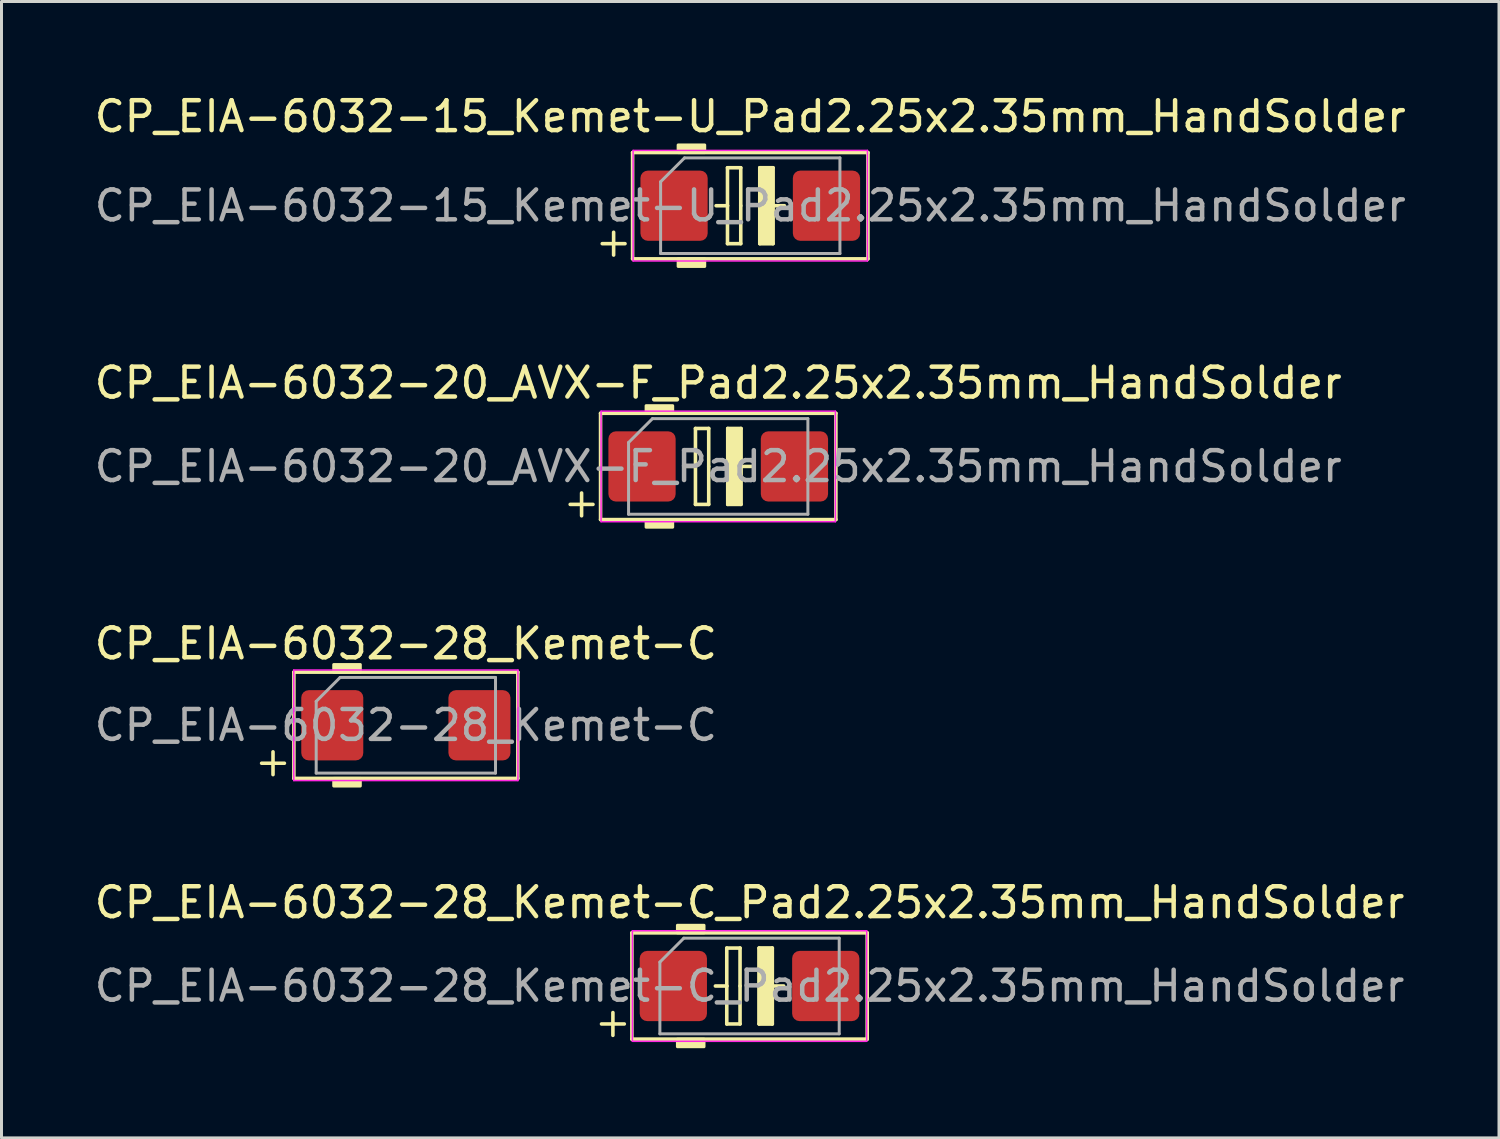
<source format=kicad_pcb>
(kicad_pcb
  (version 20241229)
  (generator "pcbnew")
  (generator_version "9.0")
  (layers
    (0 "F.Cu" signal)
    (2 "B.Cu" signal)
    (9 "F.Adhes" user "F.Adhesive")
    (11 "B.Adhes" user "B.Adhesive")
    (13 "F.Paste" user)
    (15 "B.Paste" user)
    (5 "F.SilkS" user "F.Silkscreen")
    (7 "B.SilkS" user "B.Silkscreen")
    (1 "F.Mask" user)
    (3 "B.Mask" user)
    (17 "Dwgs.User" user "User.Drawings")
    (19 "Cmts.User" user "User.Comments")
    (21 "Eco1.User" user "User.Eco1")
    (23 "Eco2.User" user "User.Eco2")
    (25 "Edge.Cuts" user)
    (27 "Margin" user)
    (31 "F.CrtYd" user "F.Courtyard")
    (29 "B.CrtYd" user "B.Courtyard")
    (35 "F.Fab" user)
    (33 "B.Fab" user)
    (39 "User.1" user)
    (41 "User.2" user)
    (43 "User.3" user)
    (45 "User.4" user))
  (footprint "CP_EIA-6032-20_AVX-F_Pad2.25x2.35mm_HandSolder"
    (layer "F.Cu")
    (at 20.982 12.557)
    (property "Reference" "CP_EIA-6032-20_AVX-F_Pad2.25x2.35mm_HandSolder" (at 0 -2.794 0) (layer "F.SilkS") (effects (font (size 1 1) (thickness 0.15))))
    (attr smd)
    (fp_line (start -4.953 1.27) (end -4.191 1.27) (stroke (width 0.12) (type solid)) (layer "F.SilkS"))
    (fp_line (start -4.572 0.889) (end -4.572 1.651) (stroke (width 0.12) (type solid)) (layer "F.SilkS"))
    (fp_line (start -3.937 -1.778) (end -3.937 1.778) (stroke (width 0.12) (type solid)) (layer "F.SilkS"))
    (fp_line (start -3.937 1.778) (end 3.937 1.778) (stroke (width 0.12) (type solid)) (layer "F.SilkS"))
    (fp_line (start -0.762 -1.27) (end -0.762 0) (stroke (width 0.12) (type solid)) (layer "F.SilkS"))
    (fp_line (start -0.762 0) (end -1.143 0) (stroke (width 0.12) (type solid)) (layer "F.SilkS"))
    (fp_line (start -0.762 1.27) (end -0.762 0) (stroke (width 0.12) (type solid)) (layer "F.SilkS"))
    (fp_line (start -0.318 -1.27) (end -0.762 -1.27) (stroke (width 0.12) (type solid)) (layer "F.SilkS"))
    (fp_line (start -0.318 -1.27) (end -0.318 0) (stroke (width 0.12) (type solid)) (layer "F.SilkS"))
    (fp_line (start -0.318 1.27) (end -0.762 1.27) (stroke (width 0.12) (type solid)) (layer "F.SilkS"))
    (fp_line (start -0.318 1.27) (end -0.318 0) (stroke (width 0.12) (type solid)) (layer "F.SilkS"))
    (fp_line (start 0.318 -1.27) (end 0.318 0) (stroke (width 0.12) (type solid)) (layer "F.SilkS"))
    (fp_line (start 0.318 1.27) (end 0.318 0) (stroke (width 0.12) (type solid)) (layer "F.SilkS"))
    (fp_line (start 0.762 -1.27) (end 0.318 -1.27) (stroke (width 0.12) (type solid)) (layer "F.SilkS"))
    (fp_line (start 0.762 -1.27) (end 0.762 0) (stroke (width 0.12) (type solid)) (layer "F.SilkS"))
    (fp_line (start 0.762 0) (end 1.143 0) (stroke (width 0.12) (type solid)) (layer "F.SilkS"))
    (fp_line (start 0.762 1.27) (end 0.318 1.27) (stroke (width 0.12) (type solid)) (layer "F.SilkS"))
    (fp_line (start 0.762 1.27) (end 0.762 0) (stroke (width 0.12) (type solid)) (layer "F.SilkS"))
    (fp_line (start 3.937 -1.778) (end -3.937 -1.778) (stroke (width 0.12) (type solid)) (layer "F.SilkS"))
    (fp_line (start 3.937 1.778) (end 3.937 -1.778) (stroke (width 0.12) (type solid)) (layer "F.SilkS"))
    (fp_poly (pts (xy -1.524 -1.778) (xy -2.413 -1.778) (xy -2.413 -2.032) (xy -1.524 -2.032)) (stroke (width 0.1) (type solid)) (fill yes) (layer "F.SilkS"))
    (fp_poly (pts (xy -1.524 2.032) (xy -2.413 2.032) (xy -2.413 1.778) (xy -1.524 1.778)) (stroke (width 0.1) (type solid)) (fill yes) (layer "F.SilkS"))
    (fp_poly (pts (xy 0.762 1.27) (xy 0.318 1.27) (xy 0.318 -1.27) (xy 0.762 -1.27)) (stroke (width 0.1) (type solid)) (fill yes) (layer "F.SilkS"))
    (fp_line (start -3.92 -1.85) (end 3.92 -1.85) (stroke (width 0.05) (type solid)) (layer "F.CrtYd"))
    (fp_line (start -3.92 1.85) (end -3.92 -1.85) (stroke (width 0.05) (type solid)) (layer "F.CrtYd"))
    (fp_line (start 3.92 -1.85) (end 3.92 1.85) (stroke (width 0.05) (type solid)) (layer "F.CrtYd"))
    (fp_line (start 3.92 1.85) (end -3.92 1.85) (stroke (width 0.05) (type solid)) (layer "F.CrtYd"))
    (fp_line (start -3 -0.8) (end -3 1.6) (stroke (width 0.1) (type solid)) (layer "F.Fab"))
    (fp_line (start -3 1.6) (end 3 1.6) (stroke (width 0.1) (type solid)) (layer "F.Fab"))
    (fp_line (start -2.2 -1.6) (end -3 -0.8) (stroke (width 0.1) (type solid)) (layer "F.Fab"))
    (fp_line (start 3 -1.6) (end -2.2 -1.6) (stroke (width 0.1) (type solid)) (layer "F.Fab"))
    (fp_line (start 3 1.6) (end 3 -1.6) (stroke (width 0.1) (type solid)) (layer "F.Fab"))
    (fp_text user "${REFERENCE}" (at 0 0 0) (layer "F.Fab") (effects (font (size 1 1) (thickness 0.15))))
    (pad "1" smd roundrect (at -2.55 0) (size 2.25 2.35) (layers "F.Cu" "F.Mask" "F.Paste") (roundrect_rratio 0.111))
    (pad "2" smd roundrect (at 2.55 0) (size 2.25 2.35) (layers "F.Cu" "F.Mask" "F.Paste") (roundrect_rratio 0.111)))
  (footprint "CP_EIA-6032-28_Kemet-C_Pad2.25x2.35mm_HandSolder"
    (layer "F.Cu")
    (at 22.03 29.942)
    (property "Reference" "CP_EIA-6032-28_Kemet-C_Pad2.25x2.35mm_HandSolder" (at 0 -2.794 0) (layer "F.SilkS") (effects (font (size 1 1) (thickness 0.15))))
    (attr smd)
    (fp_line (start -4.953 1.27) (end -4.191 1.27) (stroke (width 0.12) (type solid)) (layer "F.SilkS"))
    (fp_line (start -4.572 0.889) (end -4.572 1.651) (stroke (width 0.12) (type solid)) (layer "F.SilkS"))
    (fp_line (start -3.937 -1.778) (end -3.937 1.778) (stroke (width 0.12) (type solid)) (layer "F.SilkS"))
    (fp_line (start -3.937 1.778) (end 3.937 1.778) (stroke (width 0.12) (type solid)) (layer "F.SilkS"))
    (fp_line (start -0.762 -1.27) (end -0.762 0) (stroke (width 0.12) (type solid)) (layer "F.SilkS"))
    (fp_line (start -0.762 0) (end -1.143 0) (stroke (width 0.12) (type solid)) (layer "F.SilkS"))
    (fp_line (start -0.762 1.27) (end -0.762 0) (stroke (width 0.12) (type solid)) (layer "F.SilkS"))
    (fp_line (start -0.318 -1.27) (end -0.762 -1.27) (stroke (width 0.12) (type solid)) (layer "F.SilkS"))
    (fp_line (start -0.318 -1.27) (end -0.318 0) (stroke (width 0.12) (type solid)) (layer "F.SilkS"))
    (fp_line (start -0.318 1.27) (end -0.762 1.27) (stroke (width 0.12) (type solid)) (layer "F.SilkS"))
    (fp_line (start -0.318 1.27) (end -0.318 0) (stroke (width 0.12) (type solid)) (layer "F.SilkS"))
    (fp_line (start 0.318 -1.27) (end 0.318 0) (stroke (width 0.12) (type solid)) (layer "F.SilkS"))
    (fp_line (start 0.318 1.27) (end 0.318 0) (stroke (width 0.12) (type solid)) (layer "F.SilkS"))
    (fp_line (start 0.762 -1.27) (end 0.318 -1.27) (stroke (width 0.12) (type solid)) (layer "F.SilkS"))
    (fp_line (start 0.762 -1.27) (end 0.762 0) (stroke (width 0.12) (type solid)) (layer "F.SilkS"))
    (fp_line (start 0.762 0) (end 1.143 0) (stroke (width 0.12) (type solid)) (layer "F.SilkS"))
    (fp_line (start 0.762 1.27) (end 0.318 1.27) (stroke (width 0.12) (type solid)) (layer "F.SilkS"))
    (fp_line (start 0.762 1.27) (end 0.762 0) (stroke (width 0.12) (type solid)) (layer "F.SilkS"))
    (fp_line (start 3.937 -1.778) (end -3.937 -1.778) (stroke (width 0.12) (type solid)) (layer "F.SilkS"))
    (fp_line (start 3.937 1.778) (end 3.937 -1.778) (stroke (width 0.12) (type solid)) (layer "F.SilkS"))
    (fp_poly (pts (xy -1.524 -1.778) (xy -2.413 -1.778) (xy -2.413 -2.032) (xy -1.524 -2.032)) (stroke (width 0.1) (type solid)) (fill yes) (layer "F.SilkS"))
    (fp_poly (pts (xy -1.524 2.032) (xy -2.413 2.032) (xy -2.413 1.778) (xy -1.524 1.778)) (stroke (width 0.1) (type solid)) (fill yes) (layer "F.SilkS"))
    (fp_poly (pts (xy 0.762 1.27) (xy 0.318 1.27) (xy 0.318 -1.27) (xy 0.762 -1.27)) (stroke (width 0.1) (type solid)) (fill yes) (layer "F.SilkS"))
    (fp_line (start -3.92 -1.85) (end 3.92 -1.85) (stroke (width 0.05) (type solid)) (layer "F.CrtYd"))
    (fp_line (start -3.92 1.85) (end -3.92 -1.85) (stroke (width 0.05) (type solid)) (layer "F.CrtYd"))
    (fp_line (start 3.92 -1.85) (end 3.92 1.85) (stroke (width 0.05) (type solid)) (layer "F.CrtYd"))
    (fp_line (start 3.92 1.85) (end -3.92 1.85) (stroke (width 0.05) (type solid)) (layer "F.CrtYd"))
    (fp_line (start -3 -0.8) (end -3 1.6) (stroke (width 0.1) (type solid)) (layer "F.Fab"))
    (fp_line (start -3 1.6) (end 3 1.6) (stroke (width 0.1) (type solid)) (layer "F.Fab"))
    (fp_line (start -2.2 -1.6) (end -3 -0.8) (stroke (width 0.1) (type solid)) (layer "F.Fab"))
    (fp_line (start 3 -1.6) (end -2.2 -1.6) (stroke (width 0.1) (type solid)) (layer "F.Fab"))
    (fp_line (start 3 1.6) (end 3 -1.6) (stroke (width 0.1) (type solid)) (layer "F.Fab"))
    (fp_text user "${REFERENCE}" (at 0 0 0) (layer "F.Fab") (effects (font (size 1 1) (thickness 0.15))))
    (pad "1" smd roundrect (at -2.55 0) (size 2.25 2.35) (layers "F.Cu" "F.Mask" "F.Paste") (roundrect_rratio 0.111))
    (pad "2" smd roundrect (at 2.55 0) (size 2.25 2.35) (layers "F.Cu" "F.Mask" "F.Paste") (roundrect_rratio 0.111)))
  (footprint "CP_EIA-6032-28_Kemet-C"
    (layer "F.Cu")
    (at 10.53 21.218)
    (property "Reference" "CP_EIA-6032-28_Kemet-C" (at 0 -2.731 0) (layer "F.SilkS") (effects (font (size 1 1) (thickness 0.15))))
    (attr smd)
    (fp_line (start -4.826 1.27) (end -4.064 1.27) (stroke (width 0.12) (type solid)) (layer "F.SilkS"))
    (fp_line (start -4.445 0.889) (end -4.445 1.651) (stroke (width 0.12) (type solid)) (layer "F.SilkS"))
    (fp_line (start -3.747 -1.778) (end -3.747 1.778) (stroke (width 0.12) (type solid)) (layer "F.SilkS"))
    (fp_line (start -3.747 1.778) (end 3.747 1.778) (stroke (width 0.12) (type solid)) (layer "F.SilkS"))
    (fp_line (start 3.747 -1.778) (end -3.747 -1.778) (stroke (width 0.12) (type solid)) (layer "F.SilkS"))
    (fp_line (start 3.747 1.778) (end 3.747 -1.778) (stroke (width 0.12) (type solid)) (layer "F.SilkS"))
    (fp_poly (pts (xy -1.524 -1.778) (xy -2.413 -1.778) (xy -2.413 -2.032) (xy -1.524 -2.032)) (stroke (width 0.1) (type solid)) (fill yes) (layer "F.SilkS"))
    (fp_poly (pts (xy -1.524 2.032) (xy -2.413 2.032) (xy -2.413 1.778) (xy -1.524 1.778)) (stroke (width 0.1) (type solid)) (fill yes) (layer "F.SilkS"))
    (fp_line (start -3.75 -1.85) (end 3.75 -1.85) (stroke (width 0.05) (type solid)) (layer "F.CrtYd"))
    (fp_line (start -3.75 1.85) (end -3.75 -1.85) (stroke (width 0.05) (type solid)) (layer "F.CrtYd"))
    (fp_line (start 3.75 -1.85) (end 3.75 1.85) (stroke (width 0.05) (type solid)) (layer "F.CrtYd"))
    (fp_line (start 3.75 1.85) (end -3.75 1.85) (stroke (width 0.05) (type solid)) (layer "F.CrtYd"))
    (fp_line (start -3 -0.8) (end -3 1.6) (stroke (width 0.1) (type solid)) (layer "F.Fab"))
    (fp_line (start -3 1.6) (end 3 1.6) (stroke (width 0.1) (type solid)) (layer "F.Fab"))
    (fp_line (start -2.2 -1.6) (end -3 -0.8) (stroke (width 0.1) (type solid)) (layer "F.Fab"))
    (fp_line (start 3 -1.6) (end -2.2 -1.6) (stroke (width 0.1) (type solid)) (layer "F.Fab"))
    (fp_line (start 3 1.6) (end 3 -1.6) (stroke (width 0.1) (type solid)) (layer "F.Fab"))
    (fp_text user "${REFERENCE}" (at 0 0 0) (layer "F.Fab") (effects (font (size 1 1) (thickness 0.15))))
    (pad "1" smd roundrect (at -2.462 0) (size 2.075 2.35) (layers "F.Cu" "F.Mask" "F.Paste") (roundrect_rratio 0.12))
    (pad "2" smd roundrect (at 2.462 0) (size 2.075 2.35) (layers "F.Cu" "F.Mask" "F.Paste") (roundrect_rratio 0.12)))
  (footprint "CP_EIA-6032-15_Kemet-U_Pad2.25x2.35mm_HandSolder"
    (layer "F.Cu")
    (at 22.054 3.833)
    (property "Reference" "CP_EIA-6032-15_Kemet-U_Pad2.25x2.35mm_HandSolder" (at 0 -2.985 0) (layer "F.SilkS") (effects (font (size 1 1) (thickness 0.15))))
    (attr smd)
    (fp_line (start -4.953 1.27) (end -4.191 1.27) (stroke (width 0.12) (type solid)) (layer "F.SilkS"))
    (fp_line (start -4.572 0.889) (end -4.572 1.651) (stroke (width 0.12) (type solid)) (layer "F.SilkS"))
    (fp_line (start -3.937 -1.778) (end -3.937 1.778) (stroke (width 0.12) (type solid)) (layer "F.SilkS"))
    (fp_line (start -3.937 1.778) (end 3.937 1.778) (stroke (width 0.12) (type solid)) (layer "F.SilkS"))
    (fp_line (start -0.762 -1.27) (end -0.762 0) (stroke (width 0.12) (type solid)) (layer "F.SilkS"))
    (fp_line (start -0.762 0) (end -1.143 0) (stroke (width 0.12) (type solid)) (layer "F.SilkS"))
    (fp_line (start -0.762 1.27) (end -0.762 0) (stroke (width 0.12) (type solid)) (layer "F.SilkS"))
    (fp_line (start -0.318 -1.27) (end -0.762 -1.27) (stroke (width 0.12) (type solid)) (layer "F.SilkS"))
    (fp_line (start -0.318 -1.27) (end -0.318 0) (stroke (width 0.12) (type solid)) (layer "F.SilkS"))
    (fp_line (start -0.318 1.27) (end -0.762 1.27) (stroke (width 0.12) (type solid)) (layer "F.SilkS"))
    (fp_line (start -0.318 1.27) (end -0.318 0) (stroke (width 0.12) (type solid)) (layer "F.SilkS"))
    (fp_line (start 0.318 -1.27) (end 0.318 0) (stroke (width 0.12) (type solid)) (layer "F.SilkS"))
    (fp_line (start 0.318 1.27) (end 0.318 0) (stroke (width 0.12) (type solid)) (layer "F.SilkS"))
    (fp_line (start 0.762 -1.27) (end 0.318 -1.27) (stroke (width 0.12) (type solid)) (layer "F.SilkS"))
    (fp_line (start 0.762 -1.27) (end 0.762 0) (stroke (width 0.12) (type solid)) (layer "F.SilkS"))
    (fp_line (start 0.762 0) (end 1.143 0) (stroke (width 0.12) (type solid)) (layer "F.SilkS"))
    (fp_line (start 0.762 1.27) (end 0.318 1.27) (stroke (width 0.12) (type solid)) (layer "F.SilkS"))
    (fp_line (start 0.762 1.27) (end 0.762 0) (stroke (width 0.12) (type solid)) (layer "F.SilkS"))
    (fp_line (start 3.937 -1.778) (end -3.937 -1.778) (stroke (width 0.12) (type solid)) (layer "F.SilkS"))
    (fp_line (start 3.937 1.778) (end 3.937 -1.778) (stroke (width 0.12) (type solid)) (layer "F.SilkS"))
    (fp_poly (pts (xy -1.524 -1.778) (xy -2.413 -1.778) (xy -2.413 -2.032) (xy -1.524 -2.032)) (stroke (width 0.1) (type solid)) (fill yes) (layer "F.SilkS"))
    (fp_poly (pts (xy -1.524 2.032) (xy -2.413 2.032) (xy -2.413 1.778) (xy -1.524 1.778)) (stroke (width 0.1) (type solid)) (fill yes) (layer "F.SilkS"))
    (fp_poly (pts (xy 0.762 1.27) (xy 0.318 1.27) (xy 0.318 -1.27) (xy 0.762 -1.27)) (stroke (width 0.1) (type solid)) (fill yes) (layer "F.SilkS"))
    (fp_line (start -3.92 -1.85) (end 3.92 -1.85) (stroke (width 0.05) (type solid)) (layer "F.CrtYd"))
    (fp_line (start -3.92 1.85) (end -3.92 -1.85) (stroke (width 0.05) (type solid)) (layer "F.CrtYd"))
    (fp_line (start 3.92 -1.85) (end 3.92 1.85) (stroke (width 0.05) (type solid)) (layer "F.CrtYd"))
    (fp_line (start 3.92 1.85) (end -3.92 1.85) (stroke (width 0.05) (type solid)) (layer "F.CrtYd"))
    (fp_line (start -3 -0.8) (end -3 1.6) (stroke (width 0.1) (type solid)) (layer "F.Fab"))
    (fp_line (start -3 1.6) (end 3 1.6) (stroke (width 0.1) (type solid)) (layer "F.Fab"))
    (fp_line (start -2.2 -1.6) (end -3 -0.8) (stroke (width 0.1) (type solid)) (layer "F.Fab"))
    (fp_line (start 3 -1.6) (end -2.2 -1.6) (stroke (width 0.1) (type solid)) (layer "F.Fab"))
    (fp_line (start 3 1.6) (end 3 -1.6) (stroke (width 0.1) (type solid)) (layer "F.Fab"))
    (fp_text user "${REFERENCE}" (at 0 0 0) (layer "F.Fab") (effects (font (size 1 1) (thickness 0.15))))
    (pad "1" smd roundrect (at -2.55 0) (size 2.25 2.35) (layers "F.Cu" "F.Mask" "F.Paste") (roundrect_rratio 0.111))
    (pad "2" smd roundrect (at 2.55 0) (size 2.25 2.35) (layers "F.Cu" "F.Mask" "F.Paste") (roundrect_rratio 0.111)))
  (gr_rect
    (start -3 -3)
    (end 47.107 35.024)
    (stroke (width 0.1) (type default))
    (fill no)
    (layer "Edge.Cuts")))
</source>
